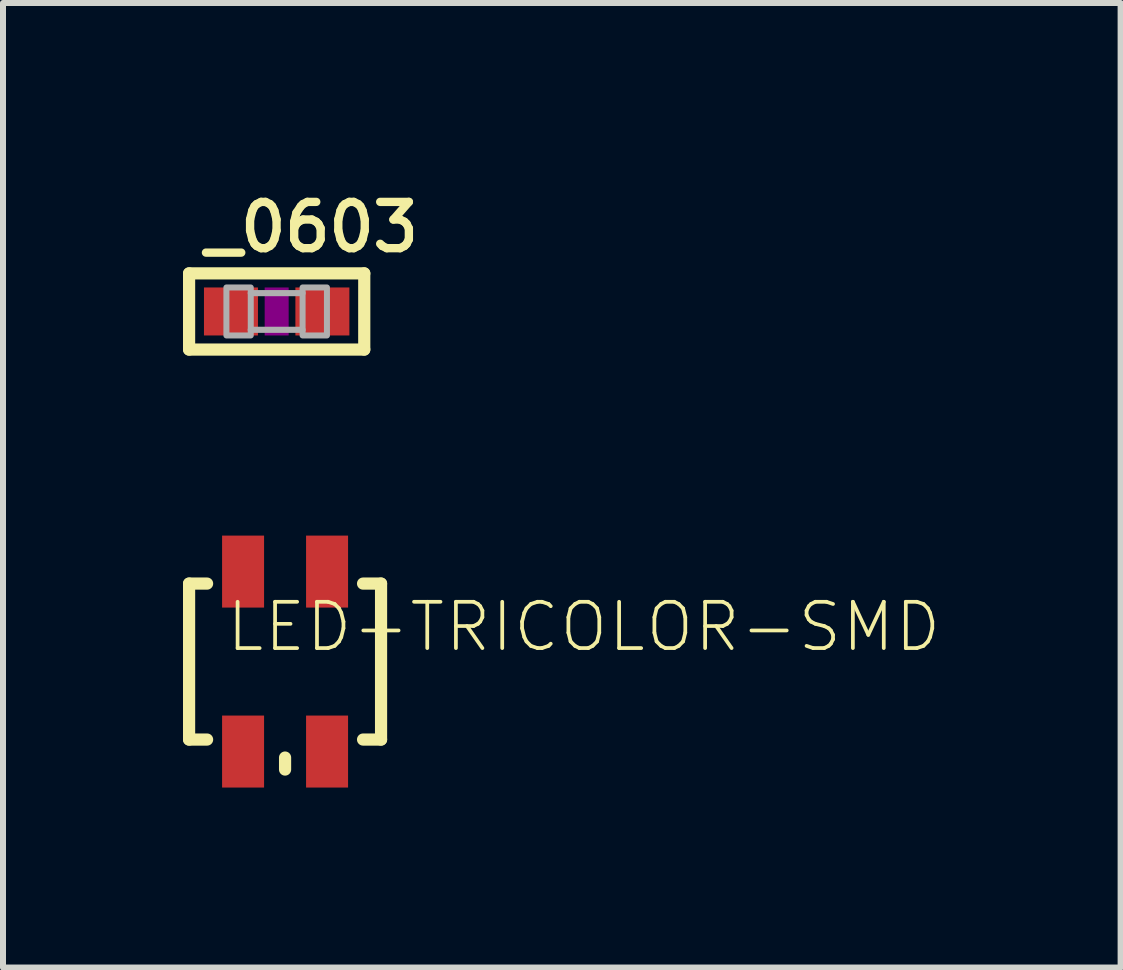
<source format=kicad_pcb>
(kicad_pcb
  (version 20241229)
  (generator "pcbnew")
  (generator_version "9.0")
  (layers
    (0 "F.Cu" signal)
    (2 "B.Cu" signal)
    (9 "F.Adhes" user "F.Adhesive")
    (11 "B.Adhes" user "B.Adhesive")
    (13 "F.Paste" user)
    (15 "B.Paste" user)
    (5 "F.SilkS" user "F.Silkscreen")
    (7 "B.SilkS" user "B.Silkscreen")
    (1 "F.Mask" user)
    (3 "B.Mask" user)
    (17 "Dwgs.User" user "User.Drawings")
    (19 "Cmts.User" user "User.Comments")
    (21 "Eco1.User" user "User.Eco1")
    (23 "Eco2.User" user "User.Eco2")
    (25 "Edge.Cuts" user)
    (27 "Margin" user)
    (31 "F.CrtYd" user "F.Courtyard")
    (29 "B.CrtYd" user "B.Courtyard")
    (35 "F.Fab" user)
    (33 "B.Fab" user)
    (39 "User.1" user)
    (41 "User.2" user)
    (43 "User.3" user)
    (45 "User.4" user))
  (footprint "_0603"
    (layer "F.Cu")
    (at 1.562 2.142)
    (property "Reference" "_0603" (at -1.27 -0.953 180) (layer "F.SilkS") (effects (font (size 0.772 0.772) (thickness 0.139)) (justify left bottom)))
    (attr through_hole)
    (fp_line (start -1.46 -0.635) (end 1.46 -0.635) (stroke (width 0.203) (type solid)) (layer "F.SilkS"))
    (fp_line (start -1.46 0.635) (end -1.46 -0.635) (stroke (width 0.203) (type solid)) (layer "F.SilkS"))
    (fp_line (start 1.46 -0.635) (end 1.46 0.635) (stroke (width 0.203) (type solid)) (layer "F.SilkS"))
    (fp_line (start 1.46 0.635) (end -1.46 0.635) (stroke (width 0.203) (type solid)) (layer "F.SilkS"))
    (fp_poly (pts (xy -0.2 0.4) (xy 0.2 0.4) (xy 0.2 -0.4) (xy -0.2 -0.4)) (stroke (width 0) (type solid)) (fill yes) (layer "F.Adhes"))
    (fp_line (start -0.432 0.306) (end 0.432 0.306) (stroke (width 0.102) (type solid)) (layer "F.Fab"))
    (fp_line (start 0.432 -0.306) (end -0.432 -0.306) (stroke (width 0.102) (type solid)) (layer "F.Fab"))
    (fp_poly (pts (xy -0.838 0.4) (xy -0.432 0.4) (xy -0.432 -0.4) (xy -0.838 -0.4)) (stroke (width 0.1) (type solid)) (fill no) (layer "F.Fab"))
    (fp_poly (pts (xy 0.432 0.4) (xy 0.838 0.4) (xy 0.838 -0.4) (xy 0.432 -0.4)) (stroke (width 0.1) (type solid)) (fill no) (layer "F.Fab"))
    (pad "1" smd rect (at -0.762 0) (size 0.9 0.8) (layers "F.Cu" "F.Mask" "F.Paste"))
    (pad "2" smd rect (at 0.762 0) (size 0.9 0.8) (layers "F.Cu" "F.Mask" "F.Paste")))
  (footprint "LED-TRICOLOR-SMD"
    (layer "F.Cu")
    (at 1.702 7.978)
    (property "Reference" "LED-TRICOLOR-SMD" (at -1.016 -0.127 0) (layer "F.SilkS") (effects (font (size 0.772 0.772) (thickness 0.062)) (justify left bottom)))
    (attr through_hole)
    (fp_line (start -1.6 -1.3) (end -1.6 1.3) (stroke (width 0.203) (type solid)) (layer "F.SilkS"))
    (fp_line (start -1.6 1.3) (end -1.3 1.3) (stroke (width 0.203) (type solid)) (layer "F.SilkS"))
    (fp_line (start -1.3 -1.3) (end -1.6 -1.3) (stroke (width 0.203) (type solid)) (layer "F.SilkS"))
    (fp_line (start 0 1.6) (end 0 1.8) (stroke (width 0.203) (type solid)) (layer "F.SilkS"))
    (fp_line (start 1.3 -1.3) (end 1.6 -1.3) (stroke (width 0.203) (type solid)) (layer "F.SilkS"))
    (fp_line (start 1.6 -1.3) (end 1.6 1.3) (stroke (width 0.203) (type solid)) (layer "F.SilkS"))
    (fp_line (start 1.6 1.3) (end 1.3 1.3) (stroke (width 0.203) (type solid)) (layer "F.SilkS"))
    (pad "A" smd rect (at -0.7 1.5 180) (size 0.7 1.2) (layers "F.Cu" "F.Mask" "F.Paste"))
    (pad "B" smd rect (at 0.7 -1.5) (size 0.7 1.2) (layers "F.Cu" "F.Mask" "F.Paste"))
    (pad "G" smd rect (at -0.7 -1.5) (size 0.7 1.2) (layers "F.Cu" "F.Mask" "F.Paste"))
    (pad "R" smd rect (at 0.7 1.5) (size 0.7 1.2) (layers "F.Cu" "F.Mask" "F.Paste")))
  (gr_rect
    (start -3 -3)
    (end 15.63 13.078)
    (stroke (width 0.1) (type default))
    (fill no)
    (layer "Edge.Cuts")))
</source>
